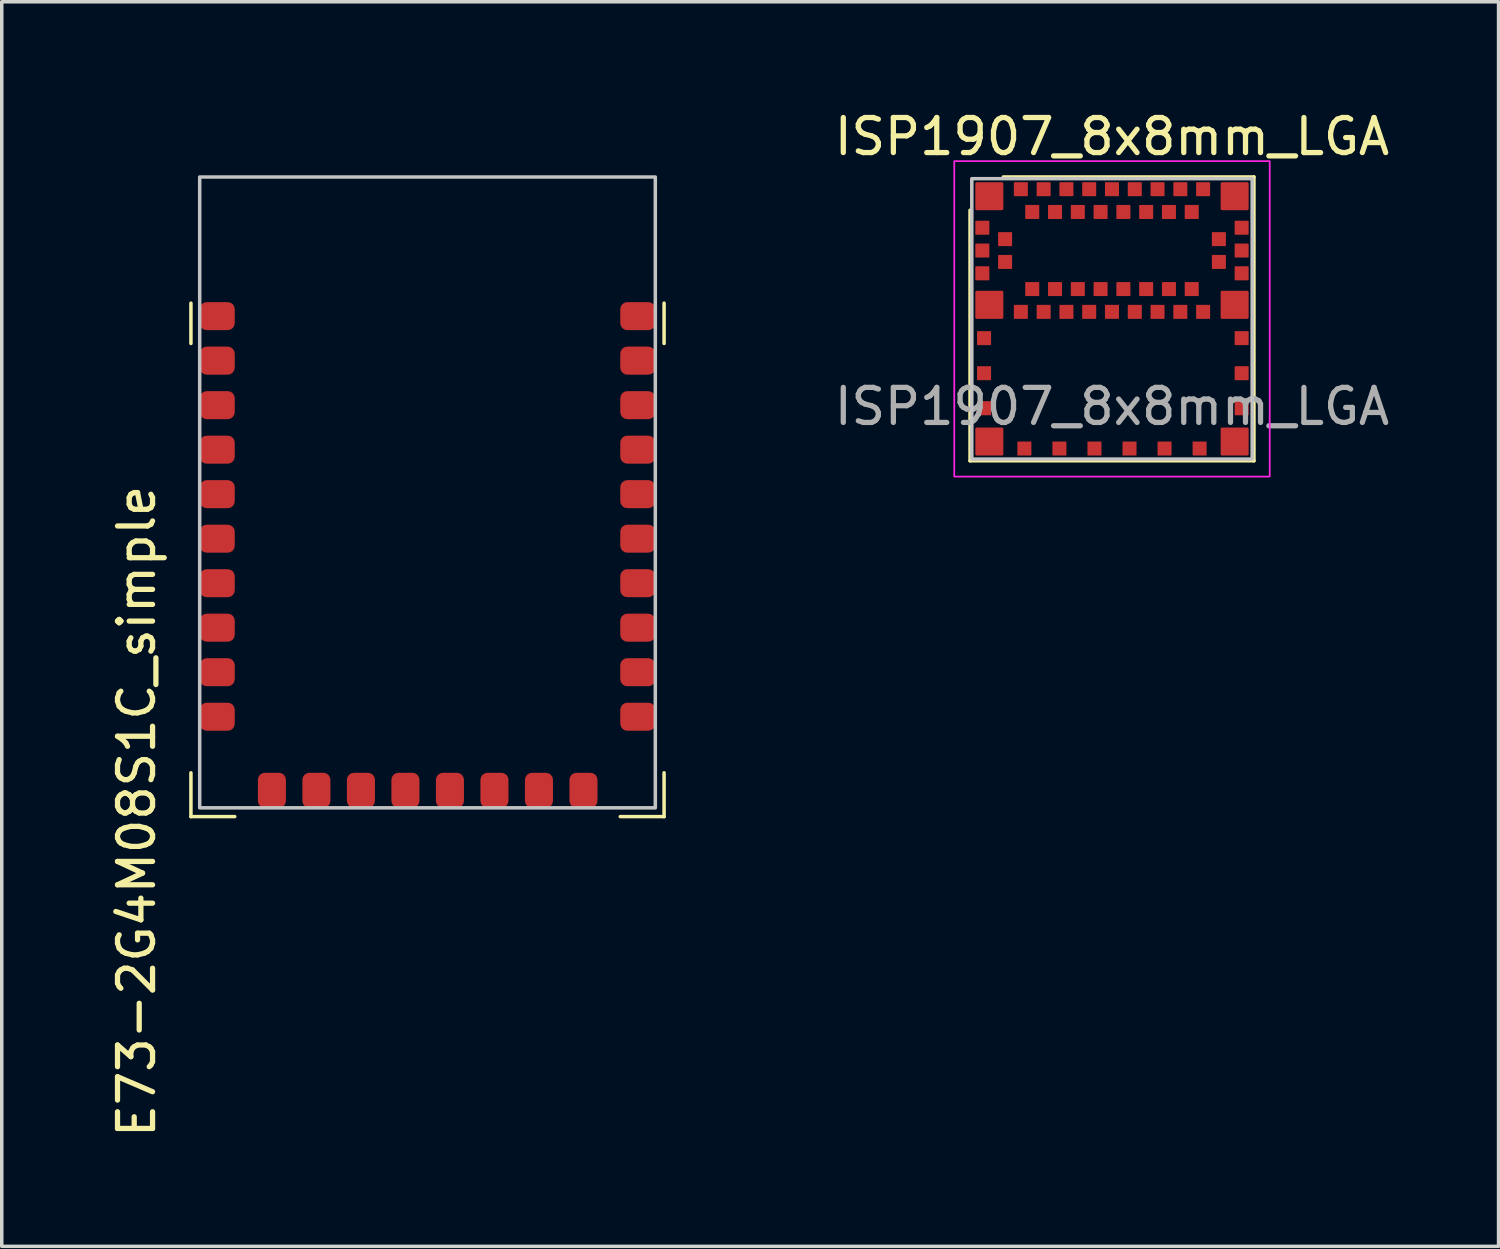
<source format=kicad_pcb>
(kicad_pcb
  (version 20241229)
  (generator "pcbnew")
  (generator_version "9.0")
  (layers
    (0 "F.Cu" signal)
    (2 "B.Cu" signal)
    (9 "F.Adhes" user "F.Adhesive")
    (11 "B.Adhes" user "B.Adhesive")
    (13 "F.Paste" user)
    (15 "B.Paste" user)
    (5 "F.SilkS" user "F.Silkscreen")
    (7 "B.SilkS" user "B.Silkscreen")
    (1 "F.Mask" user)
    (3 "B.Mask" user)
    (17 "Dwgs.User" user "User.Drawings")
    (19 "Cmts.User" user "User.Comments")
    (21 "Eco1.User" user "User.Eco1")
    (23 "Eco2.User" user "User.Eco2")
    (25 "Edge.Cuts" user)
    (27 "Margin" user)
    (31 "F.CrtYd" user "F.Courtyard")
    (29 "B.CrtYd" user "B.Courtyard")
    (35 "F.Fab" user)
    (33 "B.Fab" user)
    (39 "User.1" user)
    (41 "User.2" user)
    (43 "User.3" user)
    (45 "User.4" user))
  (footprint "ISP1907_8x8mm_LGA"
    (layer "F.Cu")
    (at 28.678 6.048)
    (property "Reference" "ISP1907_8x8mm_LGA" (at 0 -5.2 0) (unlocked yes) (layer "F.SilkS") (effects (font (size 1 1) (thickness 0.15))))
    (attr smd)
    (fp_line (start -4.05 4.05) (end -4.05 -3.1) (stroke (width 0.1) (type default)) (layer "F.SilkS"))
    (fp_line (start -3.1 -4.05) (end 4.05 -4.05) (stroke (width 0.1) (type default)) (layer "F.SilkS"))
    (fp_line (start 4.05 -4.05) (end 4.05 4.05) (stroke (width 0.1) (type default)) (layer "F.SilkS"))
    (fp_line (start 4.05 4.05) (end -4.05 4.05) (stroke (width 0.1) (type default)) (layer "F.SilkS"))
    (fp_rect (start -4 -4) (end 4 4) (stroke (width 0.1) (type default)) (fill no) (layer "Dwgs.User"))
    (fp_rect (start -4.5 -4.5) (end 4.5 4.5) (stroke (width 0.05) (type default)) (fill no) (layer "F.CrtYd"))
    (fp_text user "${REFERENCE}" (at 0 2.5 0) (unlocked yes) (layer "F.Fab") (effects (font (size 1 1) (thickness 0.15))))
    (pad "1" smd roundrect (at -3.5 -3.5) (size 0.8 0.8) (layers "F.Cu" "F.Mask" "F.Paste") (roundrect_rratio 0.05))
    (pad "2" smd roundrect (at -3.7 -2.6) (size 0.4 0.4) (layers "F.Cu" "F.Mask" "F.Paste") (roundrect_rratio 0.05))
    (pad "3" smd roundrect (at -3.05 -2.275) (size 0.4 0.4) (layers "F.Cu" "F.Mask" "F.Paste") (roundrect_rratio 0.05))
    (pad "4" smd roundrect (at -3.7 -1.95) (size 0.4 0.4) (layers "F.Cu" "F.Mask" "F.Paste") (roundrect_rratio 0.05))
    (pad "5" smd roundrect (at -3.05 -1.625) (size 0.4 0.4) (layers "F.Cu" "F.Mask" "F.Paste") (roundrect_rratio 0.05))
    (pad "6" smd roundrect (at -3.7 -1.3) (size 0.4 0.4) (layers "F.Cu" "F.Mask" "F.Paste") (roundrect_rratio 0.05))
    (pad "7" smd roundrect (at -3.5 -0.4) (size 0.8 0.8) (layers "F.Cu" "F.Mask" "F.Paste") (roundrect_rratio 0.05))
    (pad "8" smd roundrect (at -2.6 -0.2) (size 0.4 0.4) (layers "F.Cu" "F.Mask" "F.Paste") (roundrect_rratio 0.05))
    (pad "9" smd roundrect (at -2.275 -0.85) (size 0.4 0.4) (layers "F.Cu" "F.Mask" "F.Paste") (roundrect_rratio 0.05))
    (pad "10" smd roundrect (at -1.95 -0.2) (size 0.4 0.4) (layers "F.Cu" "F.Mask" "F.Paste") (roundrect_rratio 0.05))
    (pad "11" smd roundrect (at -1.625 -0.85) (size 0.4 0.4) (layers "F.Cu" "F.Mask" "F.Paste") (roundrect_rratio 0.05))
    (pad "12" smd roundrect (at -1.3 -0.2) (size 0.4 0.4) (layers "F.Cu" "F.Mask" "F.Paste") (roundrect_rratio 0.05))
    (pad "13" smd roundrect (at -0.975 -0.85) (size 0.4 0.4) (layers "F.Cu" "F.Mask" "F.Paste") (roundrect_rratio 0.05))
    (pad "14" smd roundrect (at -0.65 -0.2) (size 0.4 0.4) (layers "F.Cu" "F.Mask" "F.Paste") (roundrect_rratio 0.05))
    (pad "15" smd roundrect (at -0.325 -0.85) (size 0.4 0.4) (layers "F.Cu" "F.Mask" "F.Paste") (roundrect_rratio 0.05))
    (pad "16" smd roundrect (at 0 -0.2) (size 0.4 0.4) (layers "F.Cu" "F.Mask" "F.Paste") (roundrect_rratio 0.05))
    (pad "17" smd roundrect (at 0.325 -0.85) (size 0.4 0.4) (layers "F.Cu" "F.Mask" "F.Paste") (roundrect_rratio 0.05))
    (pad "18" smd roundrect (at 0.65 -0.2) (size 0.4 0.4) (layers "F.Cu" "F.Mask" "F.Paste") (roundrect_rratio 0.05))
    (pad "19" smd roundrect (at 0.975 -0.85) (size 0.4 0.4) (layers "F.Cu" "F.Mask" "F.Paste") (roundrect_rratio 0.05))
    (pad "20" smd roundrect (at 1.3 -0.2) (size 0.4 0.4) (layers "F.Cu" "F.Mask" "F.Paste") (roundrect_rratio 0.05))
    (pad "21" smd roundrect (at 1.625 -0.85) (size 0.4 0.4) (layers "F.Cu" "F.Mask" "F.Paste") (roundrect_rratio 0.05))
    (pad "22" smd roundrect (at 1.95 -0.2) (size 0.4 0.4) (layers "F.Cu" "F.Mask" "F.Paste") (roundrect_rratio 0.05))
    (pad "23" smd roundrect (at 2.275 -0.85) (size 0.4 0.4) (layers "F.Cu" "F.Mask" "F.Paste") (roundrect_rratio 0.05))
    (pad "24" smd roundrect (at 2.6 -0.2) (size 0.4 0.4) (layers "F.Cu" "F.Mask" "F.Paste") (roundrect_rratio 0.05))
    (pad "25" smd roundrect (at 3.5 -0.4) (size 0.8 0.8) (layers "F.Cu" "F.Mask" "F.Paste") (roundrect_rratio 0.05))
    (pad "26" smd roundrect (at 3.7 -1.3 180) (size 0.4 0.4) (layers "F.Cu" "F.Mask" "F.Paste") (roundrect_rratio 0.05))
    (pad "27" smd roundrect (at 3.05 -1.625 180) (size 0.4 0.4) (layers "F.Cu" "F.Mask" "F.Paste") (roundrect_rratio 0.05))
    (pad "28" smd roundrect (at 3.7 -1.95 180) (size 0.4 0.4) (layers "F.Cu" "F.Mask" "F.Paste") (roundrect_rratio 0.05))
    (pad "29" smd roundrect (at 3.05 -2.275 180) (size 0.4 0.4) (layers "F.Cu" "F.Mask" "F.Paste") (roundrect_rratio 0.05))
    (pad "30" smd roundrect (at 3.7 -2.6 180) (size 0.4 0.4) (layers "F.Cu" "F.Mask" "F.Paste") (roundrect_rratio 0.05))
    (pad "31" smd roundrect (at 3.5 -3.5) (size 0.8 0.8) (layers "F.Cu" "F.Mask" "F.Paste") (roundrect_rratio 0.05))
    (pad "32" smd roundrect (at 2.6 -3.7) (size 0.4 0.4) (layers "F.Cu" "F.Mask" "F.Paste") (roundrect_rratio 0.05))
    (pad "33" smd roundrect (at 2.275 -3.05) (size 0.4 0.4) (layers "F.Cu" "F.Mask" "F.Paste") (roundrect_rratio 0.05))
    (pad "34" smd roundrect (at 1.95 -3.7) (size 0.4 0.4) (layers "F.Cu" "F.Mask" "F.Paste") (roundrect_rratio 0.05))
    (pad "35" smd roundrect (at 1.625 -3.05) (size 0.4 0.4) (layers "F.Cu" "F.Mask" "F.Paste") (roundrect_rratio 0.05))
    (pad "36" smd roundrect (at 1.3 -3.7) (size 0.4 0.4) (layers "F.Cu" "F.Mask" "F.Paste") (roundrect_rratio 0.05))
    (pad "37" smd roundrect (at 0.975 -3.05) (size 0.4 0.4) (layers "F.Cu" "F.Mask" "F.Paste") (roundrect_rratio 0.05))
    (pad "38" smd roundrect (at 0.65 -3.7) (size 0.4 0.4) (layers "F.Cu" "F.Mask" "F.Paste") (roundrect_rratio 0.05))
    (pad "39" smd roundrect (at 0.325 -3.05) (size 0.4 0.4) (layers "F.Cu" "F.Mask" "F.Paste") (roundrect_rratio 0.05))
    (pad "40" smd roundrect (at 0 -3.7) (size 0.4 0.4) (layers "F.Cu" "F.Mask" "F.Paste") (roundrect_rratio 0.05))
    (pad "41" smd roundrect (at -0.325 -3.05) (size 0.4 0.4) (layers "F.Cu" "F.Mask" "F.Paste") (roundrect_rratio 0.05))
    (pad "42" smd roundrect (at -0.65 -3.7) (size 0.4 0.4) (layers "F.Cu" "F.Mask" "F.Paste") (roundrect_rratio 0.05))
    (pad "43" smd roundrect (at -0.975 -3.05) (size 0.4 0.4) (layers "F.Cu" "F.Mask" "F.Paste") (roundrect_rratio 0.05))
    (pad "44" smd roundrect (at -1.3 -3.7) (size 0.4 0.4) (layers "F.Cu" "F.Mask" "F.Paste") (roundrect_rratio 0.05))
    (pad "45" smd roundrect (at -1.625 -3.05) (size 0.4 0.4) (layers "F.Cu" "F.Mask" "F.Paste") (roundrect_rratio 0.05))
    (pad "46" smd roundrect (at -1.95 -3.7) (size 0.4 0.4) (layers "F.Cu" "F.Mask" "F.Paste") (roundrect_rratio 0.05))
    (pad "47" smd roundrect (at -2.275 -3.05) (size 0.4 0.4) (layers "F.Cu" "F.Mask" "F.Paste") (roundrect_rratio 0.05))
    (pad "48" smd roundrect (at -2.6 -3.7) (size 0.4 0.4) (layers "F.Cu" "F.Mask" "F.Paste") (roundrect_rratio 0.05))
    (pad "49" smd roundrect (at -3.65 0.55) (size 0.4 0.4) (layers "F.Cu" "F.Mask" "F.Paste") (roundrect_rratio 0.05))
    (pad "50" smd roundrect (at -3.65 1.55) (size 0.4 0.4) (layers "F.Cu" "F.Mask" "F.Paste") (roundrect_rratio 0.05))
    (pad "51" smd roundrect (at -3.65 2.55) (size 0.4 0.4) (layers "F.Cu" "F.Mask" "F.Paste") (roundrect_rratio 0.05))
    (pad "52" smd roundrect (at -3.5 3.5) (size 0.8 0.8) (layers "F.Cu" "F.Mask" "F.Paste") (roundrect_rratio 0.05))
    (pad "53" smd roundrect (at -2.5 3.7) (size 0.4 0.4) (layers "F.Cu" "F.Mask" "F.Paste") (roundrect_rratio 0.05))
    (pad "54" smd roundrect (at -1.5 3.7) (size 0.4 0.4) (layers "F.Cu" "F.Mask" "F.Paste") (roundrect_rratio 0.05))
    (pad "55" smd roundrect (at -0.5 3.7) (size 0.4 0.4) (layers "F.Cu" "F.Mask" "F.Paste") (roundrect_rratio 0.05))
    (pad "56" smd roundrect (at 0.5 3.7) (size 0.4 0.4) (layers "F.Cu" "F.Mask" "F.Paste") (roundrect_rratio 0.05))
    (pad "57" smd roundrect (at 1.5 3.7) (size 0.4 0.4) (layers "F.Cu" "F.Mask" "F.Paste") (roundrect_rratio 0.05))
    (pad "58" smd roundrect (at 2.5 3.7) (size 0.4 0.4) (layers "F.Cu" "F.Mask" "F.Paste") (roundrect_rratio 0.05))
    (pad "59" smd roundrect (at 3.5 3.5) (size 0.8 0.8) (layers "F.Cu" "F.Mask" "F.Paste") (roundrect_rratio 0.05))
    (pad "60" smd roundrect (at 3.7 2.55) (size 0.4 0.4) (layers "F.Cu" "F.Mask" "F.Paste") (roundrect_rratio 0.05))
    (pad "61" smd roundrect (at 3.7 1.55) (size 0.4 0.4) (layers "F.Cu" "F.Mask" "F.Paste") (roundrect_rratio 0.05))
    (pad "62" smd roundrect (at 3.7 0.55) (size 0.4 0.4) (layers "F.Cu" "F.Mask" "F.Paste") (roundrect_rratio 0.05))
    (zone (net_name "") (layers "F.Cu" "B.Cu" "Dwgs.User") (hatch edge 0.5) (connect_pads) (min_thickness 0.25) (filled_areas_thickness no) (keepout (tracks not_allowed) (vias not_allowed) (pads allowed) (copperpour not_allowed) (footprints allowed)) (placement (enabled no)) (fill) (polygon (pts (xy 24.178 6.148) (xy 33.178 6.148) (xy 33.178 10.548) (xy 24.178 10.548)))))
  (footprint "E73-2G4M08S1C_simple"
    (layer "F.Cu")
    (at 9.148 11)
    (property "Reference" "E73-2G4M08S1C_simple" (at -8.3 9.1 90) (unlocked yes) (layer "F.SilkS") (effects (font (size 1 1) (thickness 0.15))))
    (attr smd)
    (fp_line (start -6.75 -4.25) (end -6.75 -5.4) (stroke (width 0.1) (type default)) (layer "F.SilkS"))
    (fp_line (start -6.75 9.25) (end -6.75 8) (stroke (width 0.1) (type default)) (layer "F.SilkS"))
    (fp_line (start -6.75 9.25) (end -5.5 9.25) (stroke (width 0.1) (type default)) (layer "F.SilkS"))
    (fp_line (start 6.75 -4.25) (end 6.75 -5.4) (stroke (width 0.1) (type default)) (layer "F.SilkS"))
    (fp_line (start 6.75 8) (end 6.75 9.25) (stroke (width 0.1) (type default)) (layer "F.SilkS"))
    (fp_line (start 6.75 9.25) (end 5.5 9.25) (stroke (width 0.1) (type default)) (layer "F.SilkS"))
    (fp_rect (start -6.5 -9) (end 6.5 9) (stroke (width 0.1) (type default)) (fill no) (layer "Dwgs.User"))
    (pad "1" smd roundrect (at -6 -5.03) (size 1 0.8) (layers "F.Cu" "F.Mask" "F.Paste") (roundrect_rratio 0.25))
    (pad "2" smd roundrect (at -6 -3.76) (size 1 0.8) (layers "F.Cu" "F.Mask" "F.Paste") (roundrect_rratio 0.25))
    (pad "3" smd roundrect (at -6 -2.49) (size 1 0.8) (layers "F.Cu" "F.Mask" "F.Paste") (roundrect_rratio 0.25))
    (pad "4" smd roundrect (at -6 -1.22) (size 1 0.8) (layers "F.Cu" "F.Mask" "F.Paste") (roundrect_rratio 0.25))
    (pad "5" smd roundrect (at -6 0.05) (size 1 0.8) (layers "F.Cu" "F.Mask" "F.Paste") (roundrect_rratio 0.25))
    (pad "6" smd roundrect (at -6 1.32) (size 1 0.8) (layers "F.Cu" "F.Mask" "F.Paste") (roundrect_rratio 0.25))
    (pad "7" smd roundrect (at -6 2.59) (size 1 0.8) (layers "F.Cu" "F.Mask" "F.Paste") (roundrect_rratio 0.25))
    (pad "8" smd roundrect (at -6 3.86) (size 1 0.8) (layers "F.Cu" "F.Mask" "F.Paste") (roundrect_rratio 0.25))
    (pad "9" smd roundrect (at -6 5.13) (size 1 0.8) (layers "F.Cu" "F.Mask" "F.Paste") (roundrect_rratio 0.25))
    (pad "10" smd roundrect (at -6 6.4) (size 1 0.8) (layers "F.Cu" "F.Mask" "F.Paste") (roundrect_rratio 0.25))
    (pad "11" smd roundrect (at -4.44 8.5 90) (size 1 0.8) (layers "F.Cu" "F.Mask" "F.Paste") (roundrect_rratio 0.25))
    (pad "13" smd roundrect (at -3.17 8.5 90) (size 1 0.8) (layers "F.Cu" "F.Mask" "F.Paste") (roundrect_rratio 0.25))
    (pad "15" smd roundrect (at -1.9 8.5 90) (size 1 0.8) (layers "F.Cu" "F.Mask" "F.Paste") (roundrect_rratio 0.25))
    (pad "17" smd roundrect (at -0.63 8.5 90) (size 1 0.8) (layers "F.Cu" "F.Mask" "F.Paste") (roundrect_rratio 0.25))
    (pad "19" smd roundrect (at 0.64 8.5 90) (size 1 0.8) (layers "F.Cu" "F.Mask" "F.Paste") (roundrect_rratio 0.25))
    (pad "21" smd roundrect (at 1.91 8.5 90) (size 1 0.8) (layers "F.Cu" "F.Mask" "F.Paste") (roundrect_rratio 0.25))
    (pad "23" smd roundrect (at 3.18 8.5 90) (size 1 0.8) (layers "F.Cu" "F.Mask" "F.Paste") (roundrect_rratio 0.25))
    (pad "25" smd roundrect (at 4.45 8.5 90) (size 1 0.8) (layers "F.Cu" "F.Mask" "F.Paste") (roundrect_rratio 0.25))
    (pad "26" smd roundrect (at 6 6.4) (size 1 0.8) (layers "F.Cu" "F.Mask" "F.Paste") (roundrect_rratio 0.25))
    (pad "27" smd roundrect (at 6 5.13) (size 1 0.8) (layers "F.Cu" "F.Mask" "F.Paste") (roundrect_rratio 0.25))
    (pad "29" smd roundrect (at 6 3.86) (size 1 0.8) (layers "F.Cu" "F.Mask" "F.Paste") (roundrect_rratio 0.25))
    (pad "31" smd roundrect (at 6 2.59) (size 1 0.8) (layers "F.Cu" "F.Mask" "F.Paste") (roundrect_rratio 0.25))
    (pad "33" smd roundrect (at 6 1.32) (size 1 0.8) (layers "F.Cu" "F.Mask" "F.Paste") (roundrect_rratio 0.25))
    (pad "35" smd roundrect (at 6 0.05) (size 1 0.8) (layers "F.Cu" "F.Mask" "F.Paste") (roundrect_rratio 0.25))
    (pad "37" smd roundrect (at 6 -1.22) (size 1 0.8) (layers "F.Cu" "F.Mask" "F.Paste") (roundrect_rratio 0.25))
    (pad "39" smd roundrect (at 6 -2.49) (size 1 0.8) (layers "F.Cu" "F.Mask" "F.Paste") (roundrect_rratio 0.25))
    (pad "41" smd roundrect (at 6 -3.76) (size 1 0.8) (layers "F.Cu" "F.Mask" "F.Paste") (roundrect_rratio 0.25))
    (pad "43" smd roundrect (at 6 -5.03) (size 1 0.8) (layers "F.Cu" "F.Mask" "F.Paste") (roundrect_rratio 0.25))
    (zone (net_name "") (layers "F.Cu" "B.Cu" "Dwgs.User") (hatch full 0.5) (connect_pads) (min_thickness 0.25) (filled_areas_thickness no) (keepout (tracks not_allowed) (vias not_allowed) (pads not_allowed) (copperpour not_allowed) (footprints allowed)) (placement (enabled no)) (fill) (polygon (pts (xy 0.648 0) (xy 17.648 0) (xy 17.648 5.5) (xy 0.648 5.5)))))
  (gr_rect
    (start -3 -3)
    (end 39.708 32.511)
    (stroke (width 0.1) (type default))
    (fill no)
    (layer "Edge.Cuts")))
</source>
